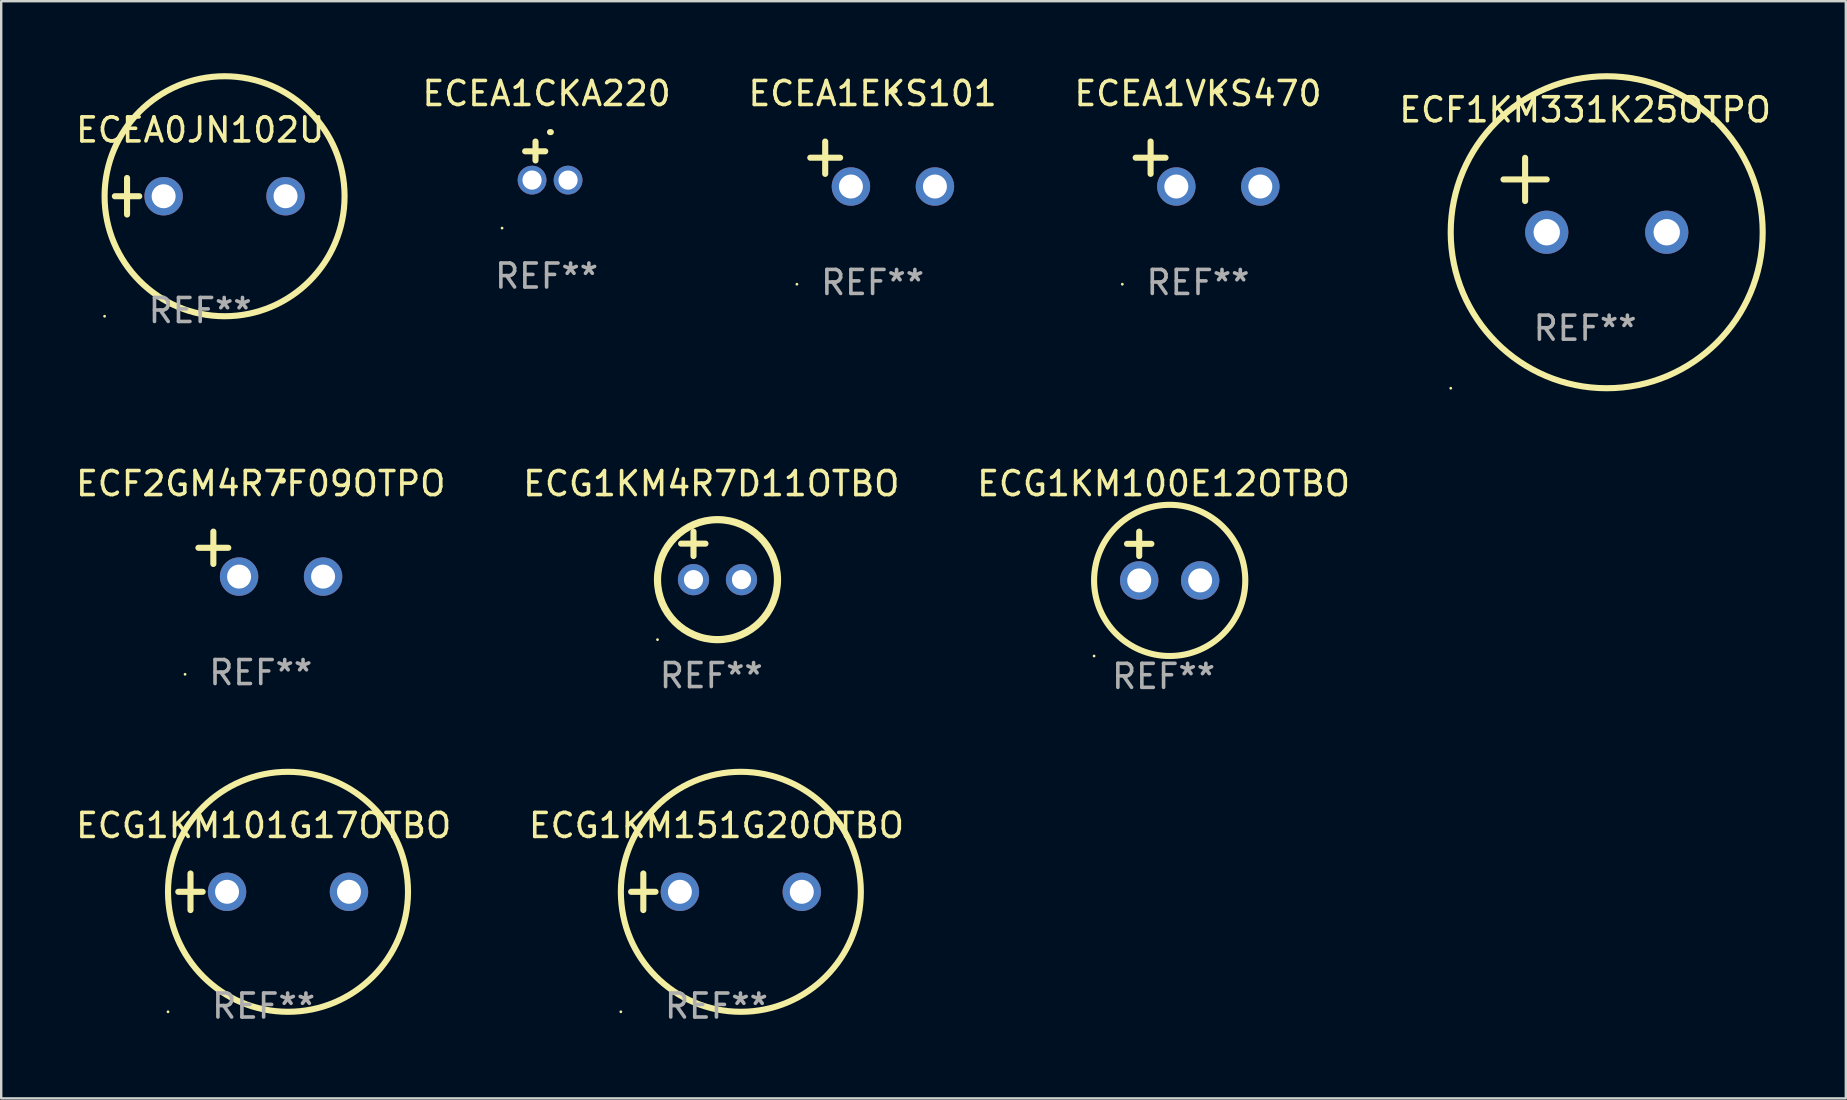
<source format=kicad_pcb>
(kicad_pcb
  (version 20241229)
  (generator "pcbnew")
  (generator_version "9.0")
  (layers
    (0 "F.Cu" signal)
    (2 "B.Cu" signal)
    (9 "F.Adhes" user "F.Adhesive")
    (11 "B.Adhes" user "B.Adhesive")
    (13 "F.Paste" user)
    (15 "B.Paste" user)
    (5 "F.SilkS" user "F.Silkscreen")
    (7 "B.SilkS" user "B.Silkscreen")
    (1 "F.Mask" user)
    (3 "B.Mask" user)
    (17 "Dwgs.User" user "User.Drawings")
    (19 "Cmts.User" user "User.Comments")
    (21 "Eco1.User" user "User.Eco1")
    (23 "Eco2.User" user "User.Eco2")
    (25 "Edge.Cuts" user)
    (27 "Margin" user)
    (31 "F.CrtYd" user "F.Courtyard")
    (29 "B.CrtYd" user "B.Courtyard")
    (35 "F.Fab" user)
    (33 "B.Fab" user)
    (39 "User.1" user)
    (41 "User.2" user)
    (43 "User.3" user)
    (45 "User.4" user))
  (footprint "ECG1KM100E12OTBO"
    (layer "F.Cu")
    (at 45.435 20.119)
    (property "Reference" "ECG1KM100E12OTBO" (at 0 -3.016 0) (layer "F.SilkS") (effects (font (size 1 1) (thickness 0.15))))
    (attr through_hole)
    (fp_line (start -1.524 -0.508) (end -0.508 -0.508) (stroke (width 0.254) (type solid)) (layer "F.SilkS"))
    (fp_line (start -1.016 -1.016) (end -1.016 0) (stroke (width 0.254) (type solid)) (layer "F.SilkS"))
    (fp_circle (center -2.896 4.166) (end -2.866 4.166) (stroke (width 0.06) (type solid)) (fill no) (layer "F.SilkS"))
    (fp_circle (center 0.254 1.016) (end 3.404 1.016) (stroke (width 0.254) (type solid)) (fill no) (layer "F.SilkS"))
    (fp_text user "REF**" (at 0 5.016 0) (layer "F.Fab") (effects (font (size 1 1) (thickness 0.15))))
    (pad "1" thru_hole circle (at -1.016 1.016) (size 1.6 1.6) (drill 1) (layers "*.Cu" "*.Mask"))
    (pad "2" thru_hole circle (at 1.524 1.016) (size 1.6 1.6) (drill 1) (layers "*.Cu" "*.Mask")))
  (footprint "ECEA1CKA220"
    (layer "F.Cu")
    (at 19.726 3.651)
    (property "Reference" "ECEA1CKA220" (at 0 -2.803 0) (layer "F.SilkS") (effects (font (size 1 1) (thickness 0.15))))
    (attr through_hole)
    (fp_line (start -0.462 -0.016) (end -0.462 -0.803) (stroke (width 0.254) (type solid)) (layer "F.SilkS"))
    (fp_line (start -0.056 -0.397) (end -0.894 -0.397) (stroke (width 0.254) (type solid)) (layer "F.SilkS"))
    (fp_arc (start 0.142799 -1.195784) (mid 0.159309 -1.195852) (end 0.175819 -1.195784) (stroke (width 0.254001) (type solid)) (layer "F.SilkS"))
    (fp_circle (center -1.856 2.803) (end -1.826 2.803) (stroke (width 0.06) (type solid)) (fill no) (layer "F.SilkS"))
    (fp_text user "REF**" (at 0 4.803 0) (layer "F.Fab") (effects (font (size 1 1) (thickness 0.15))))
    (pad "1" thru_hole circle (at -0.606 0.803) (size 1.2 1.2) (drill 0.8) (layers "*.Cu" "*.Mask"))
    (pad "2" thru_hole circle (at 0.894 0.803) (size 1.2 1.2) (drill 0.8) (layers "*.Cu" "*.Mask")))
  (footprint "ECG1KM101G17OTBO"
    (layer "F.Cu")
    (at 7.935 34.11)
    (property "Reference" "ECG1KM101G17OTBO" (at 0 -2.762 0) (layer "F.SilkS") (effects (font (size 1 1) (thickness 0.15))))
    (attr through_hole)
    (fp_line (start -3.556 0) (end -2.54 0) (stroke (width 0.254) (type solid)) (layer "F.SilkS"))
    (fp_line (start -3.048 -0.762) (end -3.048 0.762) (stroke (width 0.254) (type solid)) (layer "F.SilkS"))
    (fp_circle (center -3.984 5) (end -3.954 5) (stroke (width 0.06) (type solid)) (fill no) (layer "F.SilkS"))
    (fp_circle (center 1.016 0) (end 6.016 0) (stroke (width 0.254) (type solid)) (fill no) (layer "F.SilkS"))
    (fp_text user "REF**" (at 0 4.762 0) (layer "F.Fab") (effects (font (size 1 1) (thickness 0.15))))
    (pad "1" thru_hole circle (at -1.524 0) (size 1.6 1.6) (drill 1) (layers "*.Cu" "*.Mask"))
    (pad "2" thru_hole circle (at 3.556 0) (size 1.6 1.6) (drill 1) (layers "*.Cu" "*.Mask")))
  (footprint "ECF1KM331K25OTPO"
    (layer "F.Cu")
    (at 63 5.077)
    (property "Reference" "ECF1KM331K25OTPO" (at 0 -3.55 0) (layer "F.SilkS") (effects (font (size 1 1) (thickness 0.15))))
    (attr through_hole)
    (fp_line (start -3.401 -0.65) (end -1.601 -0.65) (stroke (width 0.254) (type solid)) (layer "F.SilkS"))
    (fp_line (start -2.501 -1.55) (end -2.501 0.25) (stroke (width 0.254) (type solid)) (layer "F.SilkS"))
    (fp_circle (center -5.599 8.05) (end -5.569 8.05) (stroke (width 0.06) (type solid)) (fill no) (layer "F.SilkS"))
    (fp_circle (center 0.899 1.55) (end 7.399 1.55) (stroke (width 0.254) (type solid)) (fill no) (layer "F.SilkS"))
    (fp_text user "REF**" (at 0 5.55 0) (layer "F.Fab") (effects (font (size 1 1) (thickness 0.15))))
    (pad "1" thru_hole circle (at -1.599 1.55) (size 1.8 1.8) (drill 1.1) (layers "*.Cu" "*.Mask"))
    (pad "2" thru_hole circle (at 3.401 1.55) (size 1.8 1.8) (drill 1.1) (layers "*.Cu" "*.Mask")))
  (footprint "ECG1KM4R7D11OTBO"
    (layer "F.Cu")
    (at 26.589 20.103)
    (property "Reference" "ECG1KM4R7D11OTBO" (at 0 -3 0) (layer "F.SilkS") (effects (font (size 1 1) (thickness 0.15))))
    (attr through_hole)
    (fp_line (start -1.258 -0.5) (end -0.242 -0.5) (stroke (width 0.254) (type solid)) (layer "F.SilkS"))
    (fp_line (start -0.742 -1) (end -0.742 0.016) (stroke (width 0.254) (type solid)) (layer "F.SilkS"))
    (fp_circle (center -2.242 3.5) (end -2.212 3.5) (stroke (width 0.06) (type solid)) (fill no) (layer "F.SilkS"))
    (fp_circle (center 0.258 1) (end 2.758 1) (stroke (width 0.3) (type solid)) (fill no) (layer "F.SilkS"))
    (fp_text user "REF**" (at 0 5 0) (layer "F.Fab") (effects (font (size 1 1) (thickness 0.15))))
    (pad "1" thru_hole circle (at -0.742 1) (size 1.3 1.3) (drill 0.8) (layers "*.Cu" "*.Mask"))
    (pad "2" thru_hole circle (at 1.258 1) (size 1.3 1.3) (drill 0.8) (layers "*.Cu" "*.Mask")))
  (footprint "ECF2GM4R7F09OTPO"
    (layer "F.Cu")
    (at 7.815 20.039)
    (property "Reference" "ECF2GM4R7F09OTPO" (at 0 -2.937 0) (layer "F.SilkS") (effects (font (size 1 1) (thickness 0.15))))
    (attr through_hole)
    (fp_line (start -1.975 0.41) (end -1.975 -0.937) (stroke (width 0.254) (type solid)) (layer "F.SilkS"))
    (fp_line (start -1.353 -0.263) (end -2.597 -0.263) (stroke (width 0.254) (type solid)) (layer "F.SilkS"))
    (fp_arc (start 0.849809 -3.063957) (mid 0.885369 -3.064114) (end 0.920929 -3.063957) (stroke (width 0.254001) (type solid)) (layer "F.SilkS"))
    (fp_circle (center -3.154 5.008) (end -3.124 5.008) (stroke (width 0.06) (type solid)) (fill no) (layer "F.SilkS"))
    (fp_text user "REF**" (at 0 4.937 0) (layer "F.Fab") (effects (font (size 1 1) (thickness 0.15))))
    (pad "1" thru_hole circle (at -0.903 0.937) (size 1.6 1.6) (drill 1) (layers "*.Cu" "*.Mask"))
    (pad "2" thru_hole circle (at 2.597 0.937) (size 1.6 1.6) (drill 1) (layers "*.Cu" "*.Mask")))
  (footprint "ECEA1EKS101"
    (layer "F.Cu")
    (at 33.31 3.785)
    (property "Reference" "ECEA1EKS101" (at 0 -2.937 0) (layer "F.SilkS") (effects (font (size 1 1) (thickness 0.15))))
    (attr through_hole)
    (fp_line (start -1.975 0.41) (end -1.975 -0.937) (stroke (width 0.254) (type solid)) (layer "F.SilkS"))
    (fp_line (start -1.353 -0.263) (end -2.597 -0.263) (stroke (width 0.254) (type solid)) (layer "F.SilkS"))
    (fp_arc (start 0.849809 -3.063957) (mid 0.885369 -3.064114) (end 0.920929 -3.063957) (stroke (width 0.254001) (type solid)) (layer "F.SilkS"))
    (fp_circle (center -3.154 5.008) (end -3.124 5.008) (stroke (width 0.06) (type solid)) (fill no) (layer "F.SilkS"))
    (fp_text user "REF**" (at 0 4.937 0) (layer "F.Fab") (effects (font (size 1 1) (thickness 0.15))))
    (pad "1" thru_hole circle (at -0.903 0.937) (size 1.6 1.6) (drill 1) (layers "*.Cu" "*.Mask"))
    (pad "2" thru_hole circle (at 2.597 0.937) (size 1.6 1.6) (drill 1) (layers "*.Cu" "*.Mask")))
  (footprint "ECEA1VKS470"
    (layer "F.Cu")
    (at 46.869 3.785)
    (property "Reference" "ECEA1VKS470" (at 0 -2.937 0) (layer "F.SilkS") (effects (font (size 1 1) (thickness 0.15))))
    (attr through_hole)
    (fp_line (start -1.975 0.41) (end -1.975 -0.937) (stroke (width 0.254) (type solid)) (layer "F.SilkS"))
    (fp_line (start -1.353 -0.263) (end -2.597 -0.263) (stroke (width 0.254) (type solid)) (layer "F.SilkS"))
    (fp_arc (start 0.849809 -3.063957) (mid 0.885369 -3.064114) (end 0.920929 -3.063957) (stroke (width 0.254001) (type solid)) (layer "F.SilkS"))
    (fp_circle (center -3.154 5.008) (end -3.124 5.008) (stroke (width 0.06) (type solid)) (fill no) (layer "F.SilkS"))
    (fp_text user "REF**" (at 0 4.937 0) (layer "F.Fab") (effects (font (size 1 1) (thickness 0.15))))
    (pad "1" thru_hole circle (at -0.903 0.937) (size 1.6 1.6) (drill 1) (layers "*.Cu" "*.Mask"))
    (pad "2" thru_hole circle (at 2.597 0.937) (size 1.6 1.6) (drill 1) (layers "*.Cu" "*.Mask")))
  (footprint "ECG1KM151G20OTBO"
    (layer "F.Cu")
    (at 26.804 34.11)
    (property "Reference" "ECG1KM151G20OTBO" (at 0 -2.762 0) (layer "F.SilkS") (effects (font (size 1 1) (thickness 0.15))))
    (attr through_hole)
    (fp_line (start -3.556 0) (end -2.54 0) (stroke (width 0.254) (type solid)) (layer "F.SilkS"))
    (fp_line (start -3.048 -0.762) (end -3.048 0.762) (stroke (width 0.254) (type solid)) (layer "F.SilkS"))
    (fp_circle (center -3.984 5) (end -3.954 5) (stroke (width 0.06) (type solid)) (fill no) (layer "F.SilkS"))
    (fp_circle (center 1.016 0) (end 6.016 0) (stroke (width 0.254) (type solid)) (fill no) (layer "F.SilkS"))
    (fp_text user "REF**" (at 0 4.762 0) (layer "F.Fab") (effects (font (size 1 1) (thickness 0.15))))
    (pad "1" thru_hole circle (at -1.524 0) (size 1.6 1.6) (drill 1) (layers "*.Cu" "*.Mask"))
    (pad "2" thru_hole circle (at 3.556 0) (size 1.6 1.6) (drill 1) (layers "*.Cu" "*.Mask")))
  (footprint "ECEA0JN102U"
    (layer "F.Cu")
    (at 5.292 5.127)
    (property "Reference" "ECEA0JN102U" (at 0 -2.762 0) (layer "F.SilkS") (effects (font (size 1 1) (thickness 0.15))))
    (attr through_hole)
    (fp_line (start -3.556 0) (end -2.54 0) (stroke (width 0.254) (type solid)) (layer "F.SilkS"))
    (fp_line (start -3.048 -0.762) (end -3.048 0.762) (stroke (width 0.254) (type solid)) (layer "F.SilkS"))
    (fp_circle (center -3.984 5) (end -3.954 5) (stroke (width 0.06) (type solid)) (fill no) (layer "F.SilkS"))
    (fp_circle (center 1.016 0) (end 6.016 0) (stroke (width 0.254) (type solid)) (fill no) (layer "F.SilkS"))
    (fp_text user "REF**" (at 0 4.762 0) (layer "F.Fab") (effects (font (size 1 1) (thickness 0.15))))
    (pad "1" thru_hole circle (at -1.524 0) (size 1.6 1.6) (drill 1) (layers "*.Cu" "*.Mask"))
    (pad "2" thru_hole circle (at 3.556 0) (size 1.6 1.6) (drill 1) (layers "*.Cu" "*.Mask")))
  (gr_rect
    (start -3 -3)
    (end 73.863 42.72)
    (stroke (width 0.1) (type default))
    (fill no)
    (layer "Edge.Cuts")))
</source>
